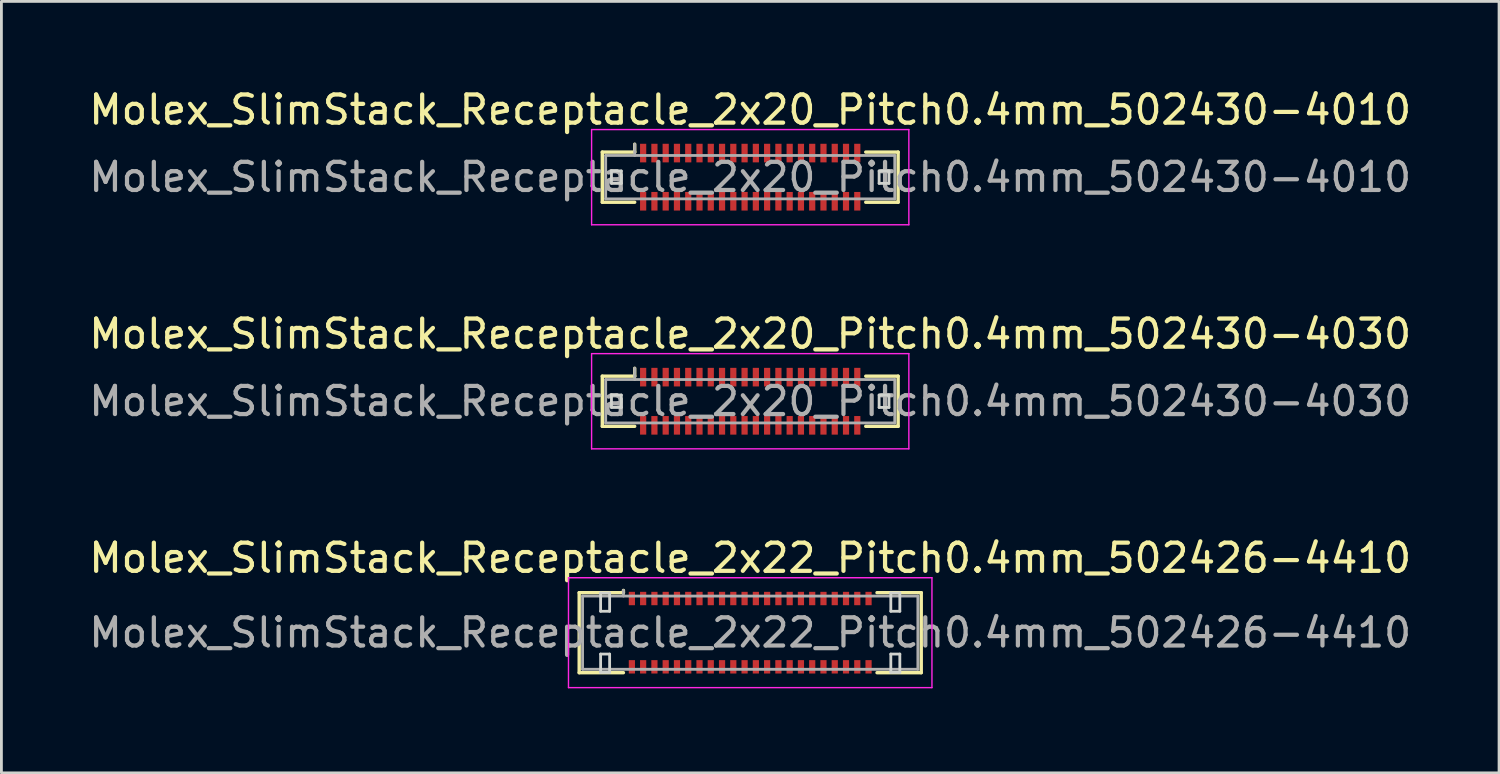
<source format=kicad_pcb>
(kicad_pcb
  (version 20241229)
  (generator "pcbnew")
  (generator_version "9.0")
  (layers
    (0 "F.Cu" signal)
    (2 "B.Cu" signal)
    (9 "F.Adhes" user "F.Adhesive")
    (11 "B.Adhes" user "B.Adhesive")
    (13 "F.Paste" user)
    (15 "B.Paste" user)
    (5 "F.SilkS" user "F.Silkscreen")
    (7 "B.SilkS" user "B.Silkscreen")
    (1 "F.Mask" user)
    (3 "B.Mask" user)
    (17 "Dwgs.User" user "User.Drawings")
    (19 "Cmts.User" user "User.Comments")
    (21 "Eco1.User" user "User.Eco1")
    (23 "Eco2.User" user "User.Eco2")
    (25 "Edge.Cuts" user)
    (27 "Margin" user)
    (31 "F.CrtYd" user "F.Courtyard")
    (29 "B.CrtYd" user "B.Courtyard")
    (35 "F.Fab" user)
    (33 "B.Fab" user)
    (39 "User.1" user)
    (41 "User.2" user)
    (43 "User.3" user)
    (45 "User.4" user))
  (footprint "Molex_SlimStack_Receptacle_2x22_Pitch0.4mm_502426-4410"
    (layer "F.Cu")
    (at 23.577 19.405)
    (property "Reference" "Molex_SlimStack_Receptacle_2x22_Pitch0.4mm_502426-4410" (at 0 -2.65 0) (layer "F.SilkS") (effects (font (size 1 1) (thickness 0.15))))
    (attr smd)
    (fp_line (start -6.07 -1.42) (end -4.5 -1.42) (stroke (width 0.12) (type solid)) (layer "F.SilkS"))
    (fp_line (start -6.07 1.42) (end -6.07 -1.42) (stroke (width 0.12) (type solid)) (layer "F.SilkS"))
    (fp_line (start -4.5 -1.42) (end -4.5 -1.5) (stroke (width 0.12) (type solid)) (layer "F.SilkS"))
    (fp_line (start -4.5 1.42) (end -6.07 1.42) (stroke (width 0.12) (type solid)) (layer "F.SilkS"))
    (fp_line (start 4.5 1.42) (end 6.07 1.42) (stroke (width 0.12) (type solid)) (layer "F.SilkS"))
    (fp_line (start 6.07 -1.42) (end 4.5 -1.42) (stroke (width 0.12) (type solid)) (layer "F.SilkS"))
    (fp_line (start 6.07 1.42) (end 6.07 -1.42) (stroke (width 0.12) (type solid)) (layer "F.SilkS"))
    (fp_line (start -5.31 -1.41) (end -5.31 -0.76) (stroke (width 0.1) (type solid)) (layer "Edge.Cuts"))
    (fp_line (start -5.31 -0.76) (end -4.99 -0.76) (stroke (width 0.1) (type solid)) (layer "Edge.Cuts"))
    (fp_line (start -5.31 0.76) (end -5.31 1.41) (stroke (width 0.1) (type solid)) (layer "Edge.Cuts"))
    (fp_line (start -5.31 1.41) (end -4.99 1.41) (stroke (width 0.1) (type solid)) (layer "Edge.Cuts"))
    (fp_line (start -4.99 -1.41) (end -5.31 -1.41) (stroke (width 0.1) (type solid)) (layer "Edge.Cuts"))
    (fp_line (start -4.99 -0.76) (end -4.99 -1.41) (stroke (width 0.1) (type solid)) (layer "Edge.Cuts"))
    (fp_line (start -4.99 0.76) (end -5.31 0.76) (stroke (width 0.1) (type solid)) (layer "Edge.Cuts"))
    (fp_line (start -4.99 1.41) (end -4.99 0.76) (stroke (width 0.1) (type solid)) (layer "Edge.Cuts"))
    (fp_line (start 4.99 -1.41) (end 4.99 -0.76) (stroke (width 0.1) (type solid)) (layer "Edge.Cuts"))
    (fp_line (start 4.99 -0.76) (end 5.31 -0.76) (stroke (width 0.1) (type solid)) (layer "Edge.Cuts"))
    (fp_line (start 4.99 0.76) (end 4.99 1.41) (stroke (width 0.1) (type solid)) (layer "Edge.Cuts"))
    (fp_line (start 4.99 1.41) (end 5.31 1.41) (stroke (width 0.1) (type solid)) (layer "Edge.Cuts"))
    (fp_line (start 5.31 -1.41) (end 4.99 -1.41) (stroke (width 0.1) (type solid)) (layer "Edge.Cuts"))
    (fp_line (start 5.31 -0.76) (end 5.31 -1.41) (stroke (width 0.1) (type solid)) (layer "Edge.Cuts"))
    (fp_line (start 5.31 0.76) (end 4.99 0.76) (stroke (width 0.1) (type solid)) (layer "Edge.Cuts"))
    (fp_line (start 5.31 1.41) (end 5.31 0.76) (stroke (width 0.1) (type solid)) (layer "Edge.Cuts"))
    (fp_line (start -6.45 -1.95) (end -6.45 1.95) (stroke (width 0.05) (type solid)) (layer "F.CrtYd"))
    (fp_line (start -6.45 1.95) (end 6.45 1.95) (stroke (width 0.05) (type solid)) (layer "F.CrtYd"))
    (fp_line (start 6.45 -1.95) (end -6.45 -1.95) (stroke (width 0.05) (type solid)) (layer "F.CrtYd"))
    (fp_line (start 6.45 1.95) (end 6.45 -1.95) (stroke (width 0.05) (type solid)) (layer "F.CrtYd"))
    (fp_line (start -5.95 -1.3) (end -5.95 1.3) (stroke (width 0.1) (type solid)) (layer "F.Fab"))
    (fp_line (start -5.95 1.3) (end 5.95 1.3) (stroke (width 0.1) (type solid)) (layer "F.Fab"))
    (fp_line (start -4.5 -1.3) (end -4.5 -1.5) (stroke (width 0.1) (type solid)) (layer "F.Fab"))
    (fp_line (start 5.95 -1.3) (end -5.95 -1.3) (stroke (width 0.1) (type solid)) (layer "F.Fab"))
    (fp_line (start 5.95 1.3) (end 5.95 -1.3) (stroke (width 0.1) (type solid)) (layer "F.Fab"))
    (fp_text user "${REFERENCE}" (at 0 0 0) (layer "F.Fab") (effects (font (size 1 1) (thickness 0.15))))
    (pad "1" smd rect (at -4.2 -1.212) (size 0.22 0.475) (layers "F.Cu" "F.Mask" "F.Paste"))
    (pad "2" smd rect (at -4.2 1.212) (size 0.22 0.475) (layers "F.Cu" "F.Mask" "F.Paste"))
    (pad "3" smd rect (at -3.8 -1.212) (size 0.22 0.475) (layers "F.Cu" "F.Mask" "F.Paste"))
    (pad "4" smd rect (at -3.8 1.212) (size 0.22 0.475) (layers "F.Cu" "F.Mask" "F.Paste"))
    (pad "5" smd rect (at -3.4 -1.212) (size 0.22 0.475) (layers "F.Cu" "F.Mask" "F.Paste"))
    (pad "6" smd rect (at -3.4 1.212) (size 0.22 0.475) (layers "F.Cu" "F.Mask" "F.Paste"))
    (pad "7" smd rect (at -3 -1.212) (size 0.22 0.475) (layers "F.Cu" "F.Mask" "F.Paste"))
    (pad "8" smd rect (at -3 1.212) (size 0.22 0.475) (layers "F.Cu" "F.Mask" "F.Paste"))
    (pad "9" smd rect (at -2.6 -1.212) (size 0.22 0.475) (layers "F.Cu" "F.Mask" "F.Paste"))
    (pad "10" smd rect (at -2.6 1.212) (size 0.22 0.475) (layers "F.Cu" "F.Mask" "F.Paste"))
    (pad "11" smd rect (at -2.2 -1.212) (size 0.22 0.475) (layers "F.Cu" "F.Mask" "F.Paste"))
    (pad "12" smd rect (at -2.2 1.212) (size 0.22 0.475) (layers "F.Cu" "F.Mask" "F.Paste"))
    (pad "13" smd rect (at -1.8 -1.212) (size 0.22 0.475) (layers "F.Cu" "F.Mask" "F.Paste"))
    (pad "14" smd rect (at -1.8 1.212) (size 0.22 0.475) (layers "F.Cu" "F.Mask" "F.Paste"))
    (pad "15" smd rect (at -1.4 -1.212) (size 0.22 0.475) (layers "F.Cu" "F.Mask" "F.Paste"))
    (pad "16" smd rect (at -1.4 1.212) (size 0.22 0.475) (layers "F.Cu" "F.Mask" "F.Paste"))
    (pad "17" smd rect (at -1 -1.212) (size 0.22 0.475) (layers "F.Cu" "F.Mask" "F.Paste"))
    (pad "18" smd rect (at -1 1.212) (size 0.22 0.475) (layers "F.Cu" "F.Mask" "F.Paste"))
    (pad "19" smd rect (at -0.6 -1.212) (size 0.22 0.475) (layers "F.Cu" "F.Mask" "F.Paste"))
    (pad "20" smd rect (at -0.6 1.212) (size 0.22 0.475) (layers "F.Cu" "F.Mask" "F.Paste"))
    (pad "21" smd rect (at -0.2 -1.212) (size 0.22 0.475) (layers "F.Cu" "F.Mask" "F.Paste"))
    (pad "22" smd rect (at -0.2 1.212) (size 0.22 0.475) (layers "F.Cu" "F.Mask" "F.Paste"))
    (pad "23" smd rect (at 0.2 -1.212) (size 0.22 0.475) (layers "F.Cu" "F.Mask" "F.Paste"))
    (pad "24" smd rect (at 0.2 1.212) (size 0.22 0.475) (layers "F.Cu" "F.Mask" "F.Paste"))
    (pad "25" smd rect (at 0.6 -1.212) (size 0.22 0.475) (layers "F.Cu" "F.Mask" "F.Paste"))
    (pad "26" smd rect (at 0.6 1.212) (size 0.22 0.475) (layers "F.Cu" "F.Mask" "F.Paste"))
    (pad "27" smd rect (at 1 -1.212) (size 0.22 0.475) (layers "F.Cu" "F.Mask" "F.Paste"))
    (pad "28" smd rect (at 1 1.212) (size 0.22 0.475) (layers "F.Cu" "F.Mask" "F.Paste"))
    (pad "29" smd rect (at 1.4 -1.212) (size 0.22 0.475) (layers "F.Cu" "F.Mask" "F.Paste"))
    (pad "30" smd rect (at 1.4 1.212) (size 0.22 0.475) (layers "F.Cu" "F.Mask" "F.Paste"))
    (pad "31" smd rect (at 1.8 -1.212) (size 0.22 0.475) (layers "F.Cu" "F.Mask" "F.Paste"))
    (pad "32" smd rect (at 1.8 1.212) (size 0.22 0.475) (layers "F.Cu" "F.Mask" "F.Paste"))
    (pad "33" smd rect (at 2.2 -1.212) (size 0.22 0.475) (layers "F.Cu" "F.Mask" "F.Paste"))
    (pad "34" smd rect (at 2.2 1.212) (size 0.22 0.475) (layers "F.Cu" "F.Mask" "F.Paste"))
    (pad "35" smd rect (at 2.6 -1.212) (size 0.22 0.475) (layers "F.Cu" "F.Mask" "F.Paste"))
    (pad "36" smd rect (at 2.6 1.212) (size 0.22 0.475) (layers "F.Cu" "F.Mask" "F.Paste"))
    (pad "37" smd rect (at 3 -1.212) (size 0.22 0.475) (layers "F.Cu" "F.Mask" "F.Paste"))
    (pad "38" smd rect (at 3 1.212) (size 0.22 0.475) (layers "F.Cu" "F.Mask" "F.Paste"))
    (pad "39" smd rect (at 3.4 -1.212) (size 0.22 0.475) (layers "F.Cu" "F.Mask" "F.Paste"))
    (pad "40" smd rect (at 3.4 1.212) (size 0.22 0.475) (layers "F.Cu" "F.Mask" "F.Paste"))
    (pad "41" smd rect (at 3.8 -1.212) (size 0.22 0.475) (layers "F.Cu" "F.Mask" "F.Paste"))
    (pad "42" smd rect (at 3.8 1.212) (size 0.22 0.475) (layers "F.Cu" "F.Mask" "F.Paste"))
    (pad "43" smd rect (at 4.2 -1.212) (size 0.22 0.475) (layers "F.Cu" "F.Mask" "F.Paste"))
    (pad "44" smd rect (at 4.2 1.212) (size 0.22 0.475) (layers "F.Cu" "F.Mask" "F.Paste")))
  (footprint "Molex_SlimStack_Receptacle_2x20_Pitch0.4mm_502430-4010"
    (layer "F.Cu")
    (at 23.577 3.238)
    (property "Reference" "Molex_SlimStack_Receptacle_2x20_Pitch0.4mm_502430-4010" (at 0 -2.39 0) (layer "F.SilkS") (effects (font (size 1 1) (thickness 0.15))))
    (attr smd)
    (fp_line (start -5.25 -0.89) (end -4.1 -0.89) (stroke (width 0.12) (type solid)) (layer "F.SilkS"))
    (fp_line (start -5.25 0.89) (end -5.25 -0.89) (stroke (width 0.12) (type solid)) (layer "F.SilkS"))
    (fp_line (start -4.1 -0.89) (end -4.1 -1.17) (stroke (width 0.12) (type solid)) (layer "F.SilkS"))
    (fp_line (start -4.1 0.89) (end -5.25 0.89) (stroke (width 0.12) (type solid)) (layer "F.SilkS"))
    (fp_line (start 4.1 0.89) (end 5.25 0.89) (stroke (width 0.12) (type solid)) (layer "F.SilkS"))
    (fp_line (start 5.25 -0.89) (end 4.1 -0.89) (stroke (width 0.12) (type solid)) (layer "F.SilkS"))
    (fp_line (start 5.25 0.89) (end 5.25 -0.89) (stroke (width 0.12) (type solid)) (layer "F.SilkS"))
    (fp_line (start -4.925 -0.22) (end -4.925 0.22) (stroke (width 0.1) (type solid)) (layer "Edge.Cuts"))
    (fp_line (start -4.925 0.22) (end -4.575 0.22) (stroke (width 0.1) (type solid)) (layer "Edge.Cuts"))
    (fp_line (start -4.575 -0.22) (end -4.925 -0.22) (stroke (width 0.1) (type solid)) (layer "Edge.Cuts"))
    (fp_line (start -4.575 0.22) (end -4.575 -0.22) (stroke (width 0.1) (type solid)) (layer "Edge.Cuts"))
    (fp_line (start 4.575 -0.22) (end 4.575 0.22) (stroke (width 0.1) (type solid)) (layer "Edge.Cuts"))
    (fp_line (start 4.575 0.22) (end 4.925 0.22) (stroke (width 0.1) (type solid)) (layer "Edge.Cuts"))
    (fp_line (start 4.925 -0.22) (end 4.575 -0.22) (stroke (width 0.1) (type solid)) (layer "Edge.Cuts"))
    (fp_line (start 4.925 0.22) (end 4.925 -0.22) (stroke (width 0.1) (type solid)) (layer "Edge.Cuts"))
    (fp_line (start -5.63 -1.69) (end -5.63 1.69) (stroke (width 0.05) (type solid)) (layer "F.CrtYd"))
    (fp_line (start -5.63 1.69) (end 5.63 1.69) (stroke (width 0.05) (type solid)) (layer "F.CrtYd"))
    (fp_line (start 5.63 -1.69) (end -5.63 -1.69) (stroke (width 0.05) (type solid)) (layer "F.CrtYd"))
    (fp_line (start 5.63 1.69) (end 5.63 -1.69) (stroke (width 0.05) (type solid)) (layer "F.CrtYd"))
    (fp_line (start -5.13 -0.77) (end -5.13 0.77) (stroke (width 0.1) (type solid)) (layer "F.Fab"))
    (fp_line (start -5.13 0.77) (end 5.13 0.77) (stroke (width 0.1) (type solid)) (layer "F.Fab"))
    (fp_line (start -4.1 -0.77) (end -4.1 -1.17) (stroke (width 0.1) (type solid)) (layer "F.Fab"))
    (fp_line (start 5.13 -0.77) (end -5.13 -0.77) (stroke (width 0.1) (type solid)) (layer "F.Fab"))
    (fp_line (start 5.13 0.77) (end 5.13 -0.77) (stroke (width 0.1) (type solid)) (layer "F.Fab"))
    (fp_text user "${REFERENCE}" (at 0 0 0) (layer "F.Fab") (effects (font (size 1 1) (thickness 0.15))))
    (pad "1" smd rect (at -3.8 -0.855) (size 0.22 0.66) (layers "F.Cu" "F.Mask" "F.Paste"))
    (pad "2" smd rect (at -3.8 0.855) (size 0.22 0.66) (layers "F.Cu" "F.Mask" "F.Paste"))
    (pad "3" smd rect (at -3.4 -0.855) (size 0.22 0.66) (layers "F.Cu" "F.Mask" "F.Paste"))
    (pad "4" smd rect (at -3.4 0.855) (size 0.22 0.66) (layers "F.Cu" "F.Mask" "F.Paste"))
    (pad "5" smd rect (at -3 -0.855) (size 0.22 0.66) (layers "F.Cu" "F.Mask" "F.Paste"))
    (pad "6" smd rect (at -3 0.855) (size 0.22 0.66) (layers "F.Cu" "F.Mask" "F.Paste"))
    (pad "7" smd rect (at -2.6 -0.855) (size 0.22 0.66) (layers "F.Cu" "F.Mask" "F.Paste"))
    (pad "8" smd rect (at -2.6 0.855) (size 0.22 0.66) (layers "F.Cu" "F.Mask" "F.Paste"))
    (pad "9" smd rect (at -2.2 -0.855) (size 0.22 0.66) (layers "F.Cu" "F.Mask" "F.Paste"))
    (pad "10" smd rect (at -2.2 0.855) (size 0.22 0.66) (layers "F.Cu" "F.Mask" "F.Paste"))
    (pad "11" smd rect (at -1.8 -0.855) (size 0.22 0.66) (layers "F.Cu" "F.Mask" "F.Paste"))
    (pad "12" smd rect (at -1.8 0.855) (size 0.22 0.66) (layers "F.Cu" "F.Mask" "F.Paste"))
    (pad "13" smd rect (at -1.4 -0.855) (size 0.22 0.66) (layers "F.Cu" "F.Mask" "F.Paste"))
    (pad "14" smd rect (at -1.4 0.855) (size 0.22 0.66) (layers "F.Cu" "F.Mask" "F.Paste"))
    (pad "15" smd rect (at -1 -0.855) (size 0.22 0.66) (layers "F.Cu" "F.Mask" "F.Paste"))
    (pad "16" smd rect (at -1 0.855) (size 0.22 0.66) (layers "F.Cu" "F.Mask" "F.Paste"))
    (pad "17" smd rect (at -0.6 -0.855) (size 0.22 0.66) (layers "F.Cu" "F.Mask" "F.Paste"))
    (pad "18" smd rect (at -0.6 0.855) (size 0.22 0.66) (layers "F.Cu" "F.Mask" "F.Paste"))
    (pad "19" smd rect (at -0.2 -0.855) (size 0.22 0.66) (layers "F.Cu" "F.Mask" "F.Paste"))
    (pad "20" smd rect (at -0.2 0.855) (size 0.22 0.66) (layers "F.Cu" "F.Mask" "F.Paste"))
    (pad "21" smd rect (at 0.2 -0.855) (size 0.22 0.66) (layers "F.Cu" "F.Mask" "F.Paste"))
    (pad "22" smd rect (at 0.2 0.855) (size 0.22 0.66) (layers "F.Cu" "F.Mask" "F.Paste"))
    (pad "23" smd rect (at 0.6 -0.855) (size 0.22 0.66) (layers "F.Cu" "F.Mask" "F.Paste"))
    (pad "24" smd rect (at 0.6 0.855) (size 0.22 0.66) (layers "F.Cu" "F.Mask" "F.Paste"))
    (pad "25" smd rect (at 1 -0.855) (size 0.22 0.66) (layers "F.Cu" "F.Mask" "F.Paste"))
    (pad "26" smd rect (at 1 0.855) (size 0.22 0.66) (layers "F.Cu" "F.Mask" "F.Paste"))
    (pad "27" smd rect (at 1.4 -0.855) (size 0.22 0.66) (layers "F.Cu" "F.Mask" "F.Paste"))
    (pad "28" smd rect (at 1.4 0.855) (size 0.22 0.66) (layers "F.Cu" "F.Mask" "F.Paste"))
    (pad "29" smd rect (at 1.8 -0.855) (size 0.22 0.66) (layers "F.Cu" "F.Mask" "F.Paste"))
    (pad "30" smd rect (at 1.8 0.855) (size 0.22 0.66) (layers "F.Cu" "F.Mask" "F.Paste"))
    (pad "31" smd rect (at 2.2 -0.855) (size 0.22 0.66) (layers "F.Cu" "F.Mask" "F.Paste"))
    (pad "32" smd rect (at 2.2 0.855) (size 0.22 0.66) (layers "F.Cu" "F.Mask" "F.Paste"))
    (pad "33" smd rect (at 2.6 -0.855) (size 0.22 0.66) (layers "F.Cu" "F.Mask" "F.Paste"))
    (pad "34" smd rect (at 2.6 0.855) (size 0.22 0.66) (layers "F.Cu" "F.Mask" "F.Paste"))
    (pad "35" smd rect (at 3 -0.855) (size 0.22 0.66) (layers "F.Cu" "F.Mask" "F.Paste"))
    (pad "36" smd rect (at 3 0.855) (size 0.22 0.66) (layers "F.Cu" "F.Mask" "F.Paste"))
    (pad "37" smd rect (at 3.4 -0.855) (size 0.22 0.66) (layers "F.Cu" "F.Mask" "F.Paste"))
    (pad "38" smd rect (at 3.4 0.855) (size 0.22 0.66) (layers "F.Cu" "F.Mask" "F.Paste"))
    (pad "39" smd rect (at 3.8 -0.855) (size 0.22 0.66) (layers "F.Cu" "F.Mask" "F.Paste"))
    (pad "40" smd rect (at 3.8 0.855) (size 0.22 0.66) (layers "F.Cu" "F.Mask" "F.Paste")))
  (footprint "Molex_SlimStack_Receptacle_2x20_Pitch0.4mm_502430-4030"
    (layer "F.Cu")
    (at 23.577 11.191)
    (property "Reference" "Molex_SlimStack_Receptacle_2x20_Pitch0.4mm_502430-4030" (at 0 -2.39 0) (layer "F.SilkS") (effects (font (size 1 1) (thickness 0.15))))
    (attr smd)
    (fp_line (start -5.25 -0.89) (end -4.1 -0.89) (stroke (width 0.12) (type solid)) (layer "F.SilkS"))
    (fp_line (start -5.25 0.89) (end -5.25 -0.89) (stroke (width 0.12) (type solid)) (layer "F.SilkS"))
    (fp_line (start -4.1 -0.89) (end -4.1 -1.17) (stroke (width 0.12) (type solid)) (layer "F.SilkS"))
    (fp_line (start -4.1 0.89) (end -5.25 0.89) (stroke (width 0.12) (type solid)) (layer "F.SilkS"))
    (fp_line (start 4.1 0.89) (end 5.25 0.89) (stroke (width 0.12) (type solid)) (layer "F.SilkS"))
    (fp_line (start 5.25 -0.89) (end 4.1 -0.89) (stroke (width 0.12) (type solid)) (layer "F.SilkS"))
    (fp_line (start 5.25 0.89) (end 5.25 -0.89) (stroke (width 0.12) (type solid)) (layer "F.SilkS"))
    (fp_line (start -4.925 -0.22) (end -4.925 0.22) (stroke (width 0.1) (type solid)) (layer "Edge.Cuts"))
    (fp_line (start -4.925 0.22) (end -4.575 0.22) (stroke (width 0.1) (type solid)) (layer "Edge.Cuts"))
    (fp_line (start -4.575 -0.22) (end -4.925 -0.22) (stroke (width 0.1) (type solid)) (layer "Edge.Cuts"))
    (fp_line (start -4.575 0.22) (end -4.575 -0.22) (stroke (width 0.1) (type solid)) (layer "Edge.Cuts"))
    (fp_line (start 4.575 -0.22) (end 4.575 0.22) (stroke (width 0.1) (type solid)) (layer "Edge.Cuts"))
    (fp_line (start 4.575 0.22) (end 4.925 0.22) (stroke (width 0.1) (type solid)) (layer "Edge.Cuts"))
    (fp_line (start 4.925 -0.22) (end 4.575 -0.22) (stroke (width 0.1) (type solid)) (layer "Edge.Cuts"))
    (fp_line (start 4.925 0.22) (end 4.925 -0.22) (stroke (width 0.1) (type solid)) (layer "Edge.Cuts"))
    (fp_line (start -5.63 -1.69) (end -5.63 1.69) (stroke (width 0.05) (type solid)) (layer "F.CrtYd"))
    (fp_line (start -5.63 1.69) (end 5.63 1.69) (stroke (width 0.05) (type solid)) (layer "F.CrtYd"))
    (fp_line (start 5.63 -1.69) (end -5.63 -1.69) (stroke (width 0.05) (type solid)) (layer "F.CrtYd"))
    (fp_line (start 5.63 1.69) (end 5.63 -1.69) (stroke (width 0.05) (type solid)) (layer "F.CrtYd"))
    (fp_line (start -5.13 -0.77) (end -5.13 0.77) (stroke (width 0.1) (type solid)) (layer "F.Fab"))
    (fp_line (start -5.13 0.77) (end 5.13 0.77) (stroke (width 0.1) (type solid)) (layer "F.Fab"))
    (fp_line (start -4.1 -0.77) (end -4.1 -1.17) (stroke (width 0.1) (type solid)) (layer "F.Fab"))
    (fp_line (start 5.13 -0.77) (end -5.13 -0.77) (stroke (width 0.1) (type solid)) (layer "F.Fab"))
    (fp_line (start 5.13 0.77) (end 5.13 -0.77) (stroke (width 0.1) (type solid)) (layer "F.Fab"))
    (fp_text user "${REFERENCE}" (at 0 0 0) (layer "F.Fab") (effects (font (size 1 1) (thickness 0.15))))
    (pad "1" smd rect (at -3.8 -0.855) (size 0.22 0.66) (layers "F.Cu" "F.Mask" "F.Paste"))
    (pad "2" smd rect (at -3.8 0.855) (size 0.22 0.66) (layers "F.Cu" "F.Mask" "F.Paste"))
    (pad "3" smd rect (at -3.4 -0.855) (size 0.22 0.66) (layers "F.Cu" "F.Mask" "F.Paste"))
    (pad "4" smd rect (at -3.4 0.855) (size 0.22 0.66) (layers "F.Cu" "F.Mask" "F.Paste"))
    (pad "5" smd rect (at -3 -0.855) (size 0.22 0.66) (layers "F.Cu" "F.Mask" "F.Paste"))
    (pad "6" smd rect (at -3 0.855) (size 0.22 0.66) (layers "F.Cu" "F.Mask" "F.Paste"))
    (pad "7" smd rect (at -2.6 -0.855) (size 0.22 0.66) (layers "F.Cu" "F.Mask" "F.Paste"))
    (pad "8" smd rect (at -2.6 0.855) (size 0.22 0.66) (layers "F.Cu" "F.Mask" "F.Paste"))
    (pad "9" smd rect (at -2.2 -0.855) (size 0.22 0.66) (layers "F.Cu" "F.Mask" "F.Paste"))
    (pad "10" smd rect (at -2.2 0.855) (size 0.22 0.66) (layers "F.Cu" "F.Mask" "F.Paste"))
    (pad "11" smd rect (at -1.8 -0.855) (size 0.22 0.66) (layers "F.Cu" "F.Mask" "F.Paste"))
    (pad "12" smd rect (at -1.8 0.855) (size 0.22 0.66) (layers "F.Cu" "F.Mask" "F.Paste"))
    (pad "13" smd rect (at -1.4 -0.855) (size 0.22 0.66) (layers "F.Cu" "F.Mask" "F.Paste"))
    (pad "14" smd rect (at -1.4 0.855) (size 0.22 0.66) (layers "F.Cu" "F.Mask" "F.Paste"))
    (pad "15" smd rect (at -1 -0.855) (size 0.22 0.66) (layers "F.Cu" "F.Mask" "F.Paste"))
    (pad "16" smd rect (at -1 0.855) (size 0.22 0.66) (layers "F.Cu" "F.Mask" "F.Paste"))
    (pad "17" smd rect (at -0.6 -0.855) (size 0.22 0.66) (layers "F.Cu" "F.Mask" "F.Paste"))
    (pad "18" smd rect (at -0.6 0.855) (size 0.22 0.66) (layers "F.Cu" "F.Mask" "F.Paste"))
    (pad "19" smd rect (at -0.2 -0.855) (size 0.22 0.66) (layers "F.Cu" "F.Mask" "F.Paste"))
    (pad "20" smd rect (at -0.2 0.855) (size 0.22 0.66) (layers "F.Cu" "F.Mask" "F.Paste"))
    (pad "21" smd rect (at 0.2 -0.855) (size 0.22 0.66) (layers "F.Cu" "F.Mask" "F.Paste"))
    (pad "22" smd rect (at 0.2 0.855) (size 0.22 0.66) (layers "F.Cu" "F.Mask" "F.Paste"))
    (pad "23" smd rect (at 0.6 -0.855) (size 0.22 0.66) (layers "F.Cu" "F.Mask" "F.Paste"))
    (pad "24" smd rect (at 0.6 0.855) (size 0.22 0.66) (layers "F.Cu" "F.Mask" "F.Paste"))
    (pad "25" smd rect (at 1 -0.855) (size 0.22 0.66) (layers "F.Cu" "F.Mask" "F.Paste"))
    (pad "26" smd rect (at 1 0.855) (size 0.22 0.66) (layers "F.Cu" "F.Mask" "F.Paste"))
    (pad "27" smd rect (at 1.4 -0.855) (size 0.22 0.66) (layers "F.Cu" "F.Mask" "F.Paste"))
    (pad "28" smd rect (at 1.4 0.855) (size 0.22 0.66) (layers "F.Cu" "F.Mask" "F.Paste"))
    (pad "29" smd rect (at 1.8 -0.855) (size 0.22 0.66) (layers "F.Cu" "F.Mask" "F.Paste"))
    (pad "30" smd rect (at 1.8 0.855) (size 0.22 0.66) (layers "F.Cu" "F.Mask" "F.Paste"))
    (pad "31" smd rect (at 2.2 -0.855) (size 0.22 0.66) (layers "F.Cu" "F.Mask" "F.Paste"))
    (pad "32" smd rect (at 2.2 0.855) (size 0.22 0.66) (layers "F.Cu" "F.Mask" "F.Paste"))
    (pad "33" smd rect (at 2.6 -0.855) (size 0.22 0.66) (layers "F.Cu" "F.Mask" "F.Paste"))
    (pad "34" smd rect (at 2.6 0.855) (size 0.22 0.66) (layers "F.Cu" "F.Mask" "F.Paste"))
    (pad "35" smd rect (at 3 -0.855) (size 0.22 0.66) (layers "F.Cu" "F.Mask" "F.Paste"))
    (pad "36" smd rect (at 3 0.855) (size 0.22 0.66) (layers "F.Cu" "F.Mask" "F.Paste"))
    (pad "37" smd rect (at 3.4 -0.855) (size 0.22 0.66) (layers "F.Cu" "F.Mask" "F.Paste"))
    (pad "38" smd rect (at 3.4 0.855) (size 0.22 0.66) (layers "F.Cu" "F.Mask" "F.Paste"))
    (pad "39" smd rect (at 3.8 -0.855) (size 0.22 0.66) (layers "F.Cu" "F.Mask" "F.Paste"))
    (pad "40" smd rect (at 3.8 0.855) (size 0.22 0.66) (layers "F.Cu" "F.Mask" "F.Paste")))
  (gr_rect
    (start -3 -3)
    (end 50.155 24.38)
    (stroke (width 0.1) (type default))
    (fill no)
    (layer "Edge.Cuts")))
</source>
